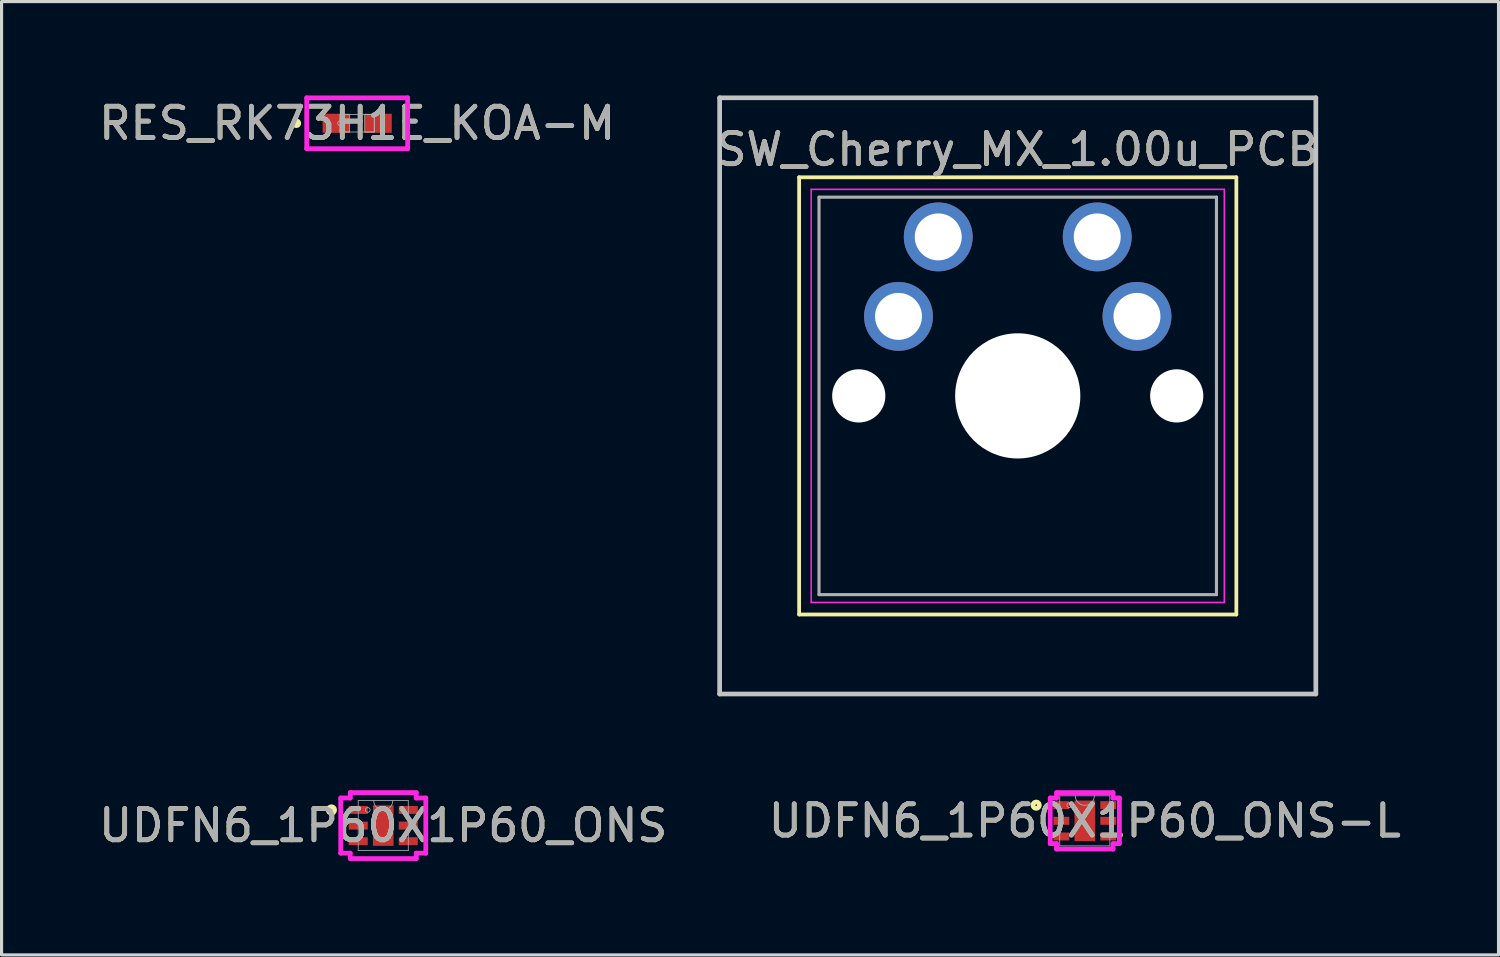
<source format=kicad_pcb>
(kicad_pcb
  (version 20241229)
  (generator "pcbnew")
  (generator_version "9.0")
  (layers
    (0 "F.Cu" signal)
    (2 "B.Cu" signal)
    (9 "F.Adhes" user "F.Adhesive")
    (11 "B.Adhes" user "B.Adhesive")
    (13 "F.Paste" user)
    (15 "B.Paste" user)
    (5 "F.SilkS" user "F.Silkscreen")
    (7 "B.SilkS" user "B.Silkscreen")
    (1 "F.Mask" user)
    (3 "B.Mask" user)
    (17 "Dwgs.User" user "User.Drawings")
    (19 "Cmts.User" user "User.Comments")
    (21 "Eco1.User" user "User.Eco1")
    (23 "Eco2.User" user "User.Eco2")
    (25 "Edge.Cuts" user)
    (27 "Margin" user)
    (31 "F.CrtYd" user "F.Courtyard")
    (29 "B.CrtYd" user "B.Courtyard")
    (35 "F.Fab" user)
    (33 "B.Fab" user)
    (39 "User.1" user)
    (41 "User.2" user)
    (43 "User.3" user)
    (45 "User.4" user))
  (footprint "SW_Cherry_MX_1.00u_PCB"
    (layer "F.Cu")
    (at 32.01 4.52)
    (property "Reference" "SW_Cherry_MX_1.00u_PCB" (at -2.54 -2.794 0) (layer "F.SilkS") (effects (font (size 1 1) (thickness 0.15))))
    (attr through_hole)
    (fp_line (start -9.525 -1.905) (end 4.445 -1.905) (stroke (width 0.12) (type solid)) (layer "F.SilkS"))
    (fp_line (start -9.525 12.065) (end -9.525 -1.905) (stroke (width 0.12) (type solid)) (layer "F.SilkS"))
    (fp_line (start 4.445 -1.905) (end 4.445 12.065) (stroke (width 0.12) (type solid)) (layer "F.SilkS"))
    (fp_line (start 4.445 12.065) (end -9.525 12.065) (stroke (width 0.12) (type solid)) (layer "F.SilkS"))
    (fp_line (start -12.065 -4.445) (end 6.985 -4.445) (stroke (width 0.15) (type solid)) (layer "Dwgs.User"))
    (fp_line (start -12.065 14.605) (end -12.065 -4.445) (stroke (width 0.15) (type solid)) (layer "Dwgs.User"))
    (fp_line (start 6.985 -4.445) (end 6.985 14.605) (stroke (width 0.15) (type solid)) (layer "Dwgs.User"))
    (fp_line (start 6.985 14.605) (end -12.065 14.605) (stroke (width 0.15) (type solid)) (layer "Dwgs.User"))
    (fp_line (start -9.14 -1.52) (end 4.06 -1.52) (stroke (width 0.05) (type solid)) (layer "F.CrtYd"))
    (fp_line (start -9.14 11.68) (end -9.14 -1.52) (stroke (width 0.05) (type solid)) (layer "F.CrtYd"))
    (fp_line (start 4.06 -1.52) (end 4.06 11.68) (stroke (width 0.05) (type solid)) (layer "F.CrtYd"))
    (fp_line (start 4.06 11.68) (end -9.14 11.68) (stroke (width 0.05) (type solid)) (layer "F.CrtYd"))
    (fp_line (start -8.89 -1.27) (end 3.81 -1.27) (stroke (width 0.1) (type solid)) (layer "F.Fab"))
    (fp_line (start -8.89 11.43) (end -8.89 -1.27) (stroke (width 0.1) (type solid)) (layer "F.Fab"))
    (fp_line (start 3.81 -1.27) (end 3.81 11.43) (stroke (width 0.1) (type solid)) (layer "F.Fab"))
    (fp_line (start 3.81 11.43) (end -8.89 11.43) (stroke (width 0.1) (type solid)) (layer "F.Fab"))
    (fp_text user "${REFERENCE}" (at -2.54 -2.794 0) (layer "F.Fab") (effects (font (size 1 1) (thickness 0.15))))
    (pad "" np_thru_hole circle (at -7.62 5.08) (size 1.7 1.7) (drill 1.7) (layers "*.Cu" "*.Mask"))
    (pad "" np_thru_hole circle (at -2.54 5.08) (size 4 4) (drill 4) (layers "*.Cu" "*.Mask"))
    (pad "" np_thru_hole circle (at 2.54 5.08) (size 1.7 1.7) (drill 1.7) (layers "*.Cu" "*.Mask"))
    (pad "1" thru_hole circle (at -5.08 0) (size 2.2 2.2) (drill 1.5) (layers "*.Cu" "*.Mask"))
    (pad "1" thru_hole circle (at 0 0) (size 2.2 2.2) (drill 1.5) (layers "*.Cu" "*.Mask"))
    (pad "2" thru_hole circle (at -6.35 2.54) (size 2.2 2.2) (drill 1.5) (layers "*.Cu" "*.Mask"))
    (pad "2" thru_hole circle (at 1.27 2.54) (size 2.2 2.2) (drill 1.5) (layers "*.Cu" "*.Mask")))
  (footprint "UDFN6_1P60X1P60_ONS"
    (layer "F.Cu")
    (at 9.196 23.33)
    (property "Reference" "UDFN6_1P60X1P60_ONS" (at 0 0 0) (unlocked yes) (layer "F.SilkS") (effects (font (size 1 1) (thickness 0.15))))
    (attr smd)
    (fp_circle (center -1.656 -0.5) (end -1.554 -0.5) (stroke (width 0.152) (type solid)) (fill no) (layer "F.SilkS"))
    (fp_line (start -1.359 -0.881) (end -1.054 -0.881) (stroke (width 0.152) (type solid)) (layer "F.CrtYd"))
    (fp_line (start -1.359 0.881) (end -1.359 -0.881) (stroke (width 0.152) (type solid)) (layer "F.CrtYd"))
    (fp_line (start -1.359 0.881) (end -1.054 0.881) (stroke (width 0.152) (type solid)) (layer "F.CrtYd"))
    (fp_line (start -1.054 -1.054) (end 1.054 -1.054) (stroke (width 0.152) (type solid)) (layer "F.CrtYd"))
    (fp_line (start -1.054 -0.881) (end -1.054 -1.054) (stroke (width 0.152) (type solid)) (layer "F.CrtYd"))
    (fp_line (start -1.054 1.054) (end -1.054 0.881) (stroke (width 0.152) (type solid)) (layer "F.CrtYd"))
    (fp_line (start 1.054 -1.054) (end 1.054 -0.881) (stroke (width 0.152) (type solid)) (layer "F.CrtYd"))
    (fp_line (start 1.054 0.881) (end 1.054 1.054) (stroke (width 0.152) (type solid)) (layer "F.CrtYd"))
    (fp_line (start 1.054 1.054) (end -1.054 1.054) (stroke (width 0.152) (type solid)) (layer "F.CrtYd"))
    (fp_line (start 1.359 -0.881) (end 1.054 -0.881) (stroke (width 0.152) (type solid)) (layer "F.CrtYd"))
    (fp_line (start 1.359 -0.881) (end 1.359 0.881) (stroke (width 0.152) (type solid)) (layer "F.CrtYd"))
    (fp_line (start 1.359 0.881) (end 1.054 0.881) (stroke (width 0.152) (type solid)) (layer "F.CrtYd"))
    (fp_line (start -0.8 -0.8) (end -0.8 0.8) (stroke (width 0.025) (type solid)) (layer "F.Fab"))
    (fp_line (start -0.8 0.8) (end 0.8 0.8) (stroke (width 0.025) (type solid)) (layer "F.Fab"))
    (fp_line (start 0.8 -0.8) (end -0.8 -0.8) (stroke (width 0.025) (type solid)) (layer "F.Fab"))
    (fp_line (start 0.8 0.8) (end 0.8 -0.8) (stroke (width 0.025) (type solid)) (layer "F.Fab"))
    (fp_arc (start 0.3048 -0.8001) (mid 0 -0.4953) (end -0.3048 -0.8001) (stroke (width 0.0254) (type solid)) (layer "F.Fab"))
    (fp_circle (center -0.495 -0.5) (end -0.419 -0.5) (stroke (width 0.025) (type solid)) (fill no) (layer "F.Fab"))
    (fp_text user "${REFERENCE}" (at 0 0 0) (unlocked yes) (layer "F.Fab") (effects (font (size 1 1) (thickness 0.15))))
    (pad "1" smd rect (at -0.8 -0.5) (size 0.61 0.254) (layers "F.Cu" "F.Mask" "F.Paste"))
    (pad "2" smd rect (at -0.8 0) (size 0.61 0.254) (layers "F.Cu" "F.Mask" "F.Paste"))
    (pad "3" smd rect (at -0.8 0.5) (size 0.61 0.254) (layers "F.Cu" "F.Mask" "F.Paste"))
    (pad "4" smd rect (at 0.8 0.5) (size 0.61 0.254) (layers "F.Cu" "F.Mask" "F.Paste"))
    (pad "5" smd rect (at 0.8 0) (size 0.61 0.254) (layers "F.Cu" "F.Mask" "F.Paste"))
    (pad "6" smd rect (at 0.8 -0.5) (size 0.61 0.254) (layers "F.Cu" "F.Mask" "F.Paste"))
    (pad "7" smd rect (at 0 0) (size 0.66 1.295) (layers "F.Cu" "F.Mask" "F.Paste")))
  (footprint "UDFN6_1P60X1P60_ONS-L"
    (layer "F.Cu")
    (at 31.613 23.178)
    (property "Reference" "UDFN6_1P60X1P60_ONS-L" (at 0 0 0) (unlocked yes) (layer "F.SilkS") (effects (font (size 1 1) (thickness 0.15))))
    (attr smd)
    (fp_circle (center -1.554 -0.5) (end -1.452 -0.5) (stroke (width 0.152) (type solid)) (fill no) (layer "F.SilkS"))
    (fp_line (start -1.105 -0.729) (end -0.902 -0.729) (stroke (width 0.152) (type solid)) (layer "F.CrtYd"))
    (fp_line (start -1.105 0.729) (end -1.105 -0.729) (stroke (width 0.152) (type solid)) (layer "F.CrtYd"))
    (fp_line (start -1.105 0.729) (end -0.902 0.729) (stroke (width 0.152) (type solid)) (layer "F.CrtYd"))
    (fp_line (start -0.902 -0.902) (end 0.902 -0.902) (stroke (width 0.152) (type solid)) (layer "F.CrtYd"))
    (fp_line (start -0.902 -0.729) (end -0.902 -0.902) (stroke (width 0.152) (type solid)) (layer "F.CrtYd"))
    (fp_line (start -0.902 0.902) (end -0.902 0.729) (stroke (width 0.152) (type solid)) (layer "F.CrtYd"))
    (fp_line (start 0.902 -0.902) (end 0.902 -0.729) (stroke (width 0.152) (type solid)) (layer "F.CrtYd"))
    (fp_line (start 0.902 0.729) (end 0.902 0.902) (stroke (width 0.152) (type solid)) (layer "F.CrtYd"))
    (fp_line (start 0.902 0.902) (end -0.902 0.902) (stroke (width 0.152) (type solid)) (layer "F.CrtYd"))
    (fp_line (start 1.105 -0.729) (end 0.902 -0.729) (stroke (width 0.152) (type solid)) (layer "F.CrtYd"))
    (fp_line (start 1.105 -0.729) (end 1.105 0.729) (stroke (width 0.152) (type solid)) (layer "F.CrtYd"))
    (fp_line (start 1.105 0.729) (end 0.902 0.729) (stroke (width 0.152) (type solid)) (layer "F.CrtYd"))
    (fp_line (start -0.8 -0.8) (end -0.8 0.8) (stroke (width 0.025) (type solid)) (layer "F.Fab"))
    (fp_line (start -0.8 0.8) (end 0.8 0.8) (stroke (width 0.025) (type solid)) (layer "F.Fab"))
    (fp_line (start 0.8 -0.8) (end -0.8 -0.8) (stroke (width 0.025) (type solid)) (layer "F.Fab"))
    (fp_line (start 0.8 0.8) (end 0.8 -0.8) (stroke (width 0.025) (type solid)) (layer "F.Fab"))
    (fp_arc (start 0.3048 -0.8001) (mid 0 -0.4953) (end -0.3048 -0.8001) (stroke (width 0.0254) (type solid)) (layer "F.Fab"))
    (fp_circle (center -0.495 -0.5) (end -0.419 -0.5) (stroke (width 0.025) (type solid)) (fill no) (layer "F.Fab"))
    (fp_text user "${REFERENCE}" (at 0 0 0) (unlocked yes) (layer "F.Fab") (effects (font (size 1 1) (thickness 0.15))))
    (pad "1" smd rect (at -0.749 -0.5) (size 0.508 0.254) (layers "F.Cu" "F.Mask" "F.Paste"))
    (pad "2" smd rect (at -0.749 0) (size 0.508 0.254) (layers "F.Cu" "F.Mask" "F.Paste"))
    (pad "3" smd rect (at -0.749 0.5) (size 0.508 0.254) (layers "F.Cu" "F.Mask" "F.Paste"))
    (pad "4" smd rect (at 0.749 0.5) (size 0.508 0.254) (layers "F.Cu" "F.Mask" "F.Paste"))
    (pad "5" smd rect (at 0.749 0) (size 0.508 0.254) (layers "F.Cu" "F.Mask" "F.Paste"))
    (pad "6" smd rect (at 0.749 -0.5) (size 0.508 0.254) (layers "F.Cu" "F.Mask" "F.Paste"))
    (pad "7" smd rect (at 0 0) (size 0.66 1.295) (layers "F.Cu" "F.Mask" "F.Paste")))
  (footprint "RES_RK73H1E_KOA-M"
    (layer "F.Cu")
    (at 8.363 0.889)
    (property "Reference" "RES_RK73H1E_KOA-M" (at 0 0 0) (unlocked yes) (layer "F.SilkS") (effects (font (size 1 1) (thickness 0.15))))
    (attr smd)
    (fp_circle (center -1.943 0) (end -1.867 0) (stroke (width 0.152) (type solid)) (fill no) (layer "F.SilkS"))
    (fp_line (start -1.613 -0.813) (end 1.613 -0.813) (stroke (width 0.152) (type solid)) (layer "F.CrtYd"))
    (fp_line (start -1.613 0.813) (end -1.613 -0.813) (stroke (width 0.152) (type solid)) (layer "F.CrtYd"))
    (fp_line (start 1.613 -0.813) (end 1.613 0.813) (stroke (width 0.152) (type solid)) (layer "F.CrtYd"))
    (fp_line (start 1.613 0.813) (end -1.613 0.813) (stroke (width 0.152) (type solid)) (layer "F.CrtYd"))
    (fp_line (start -0.546 -0.279) (end -0.546 0.279) (stroke (width 0.025) (type solid)) (layer "F.Fab"))
    (fp_line (start -0.546 -0.279) (end -0.546 0.279) (stroke (width 0.025) (type solid)) (layer "F.Fab"))
    (fp_line (start -0.546 0.279) (end -0.241 0.279) (stroke (width 0.025) (type solid)) (layer "F.Fab"))
    (fp_line (start -0.546 0.279) (end 0.546 0.279) (stroke (width 0.025) (type solid)) (layer "F.Fab"))
    (fp_line (start -0.241 -0.279) (end -0.546 -0.279) (stroke (width 0.025) (type solid)) (layer "F.Fab"))
    (fp_line (start -0.241 0.279) (end -0.241 -0.279) (stroke (width 0.025) (type solid)) (layer "F.Fab"))
    (fp_line (start 0.241 -0.279) (end 0.241 0.279) (stroke (width 0.025) (type solid)) (layer "F.Fab"))
    (fp_line (start 0.241 0.279) (end 0.546 0.279) (stroke (width 0.025) (type solid)) (layer "F.Fab"))
    (fp_line (start 0.546 -0.279) (end -0.546 -0.279) (stroke (width 0.025) (type solid)) (layer "F.Fab"))
    (fp_line (start 0.546 -0.279) (end 0.241 -0.279) (stroke (width 0.025) (type solid)) (layer "F.Fab"))
    (fp_line (start 0.546 0.279) (end 0.546 -0.279) (stroke (width 0.025) (type solid)) (layer "F.Fab"))
    (fp_line (start 0.546 0.279) (end 0.546 -0.279) (stroke (width 0.025) (type solid)) (layer "F.Fab"))
    (fp_circle (center -0.546 0) (end -0.47 0) (stroke (width 0.025) (type solid)) (fill no) (layer "F.Fab"))
    (fp_text user "${REFERENCE}" (at 0 0 0) (unlocked yes) (layer "F.Fab") (effects (font (size 1 1) (thickness 0.15))))
    (pad "1" smd rect (at -0.673 0) (size 0.864 0.61) (layers "F.Cu" "F.Mask" "F.Paste"))
    (pad "2" smd rect (at 0.673 0) (size 0.864 0.61) (layers "F.Cu" "F.Mask" "F.Paste"))
    (zone (net_name "") (layer "F.Cu") (hatch full 0.508) (connect_pads) (min_thickness 0.254) (filled_areas_thickness no) (keepout (tracks not_allowed) (vias not_allowed) (pads allowed) (copperpour not_allowed) (footprints allowed)) (placement (enabled no)) (fill) (polygon (pts (xy 8.173 0.66) (xy 8.554 0.66) (xy 8.554 1.118) (xy 8.173 1.118)))))
  (gr_rect
    (start -3 -3)
    (end 44.833 27.461)
    (stroke (width 0.1) (type default))
    (fill no)
    (layer "Edge.Cuts")))
</source>
